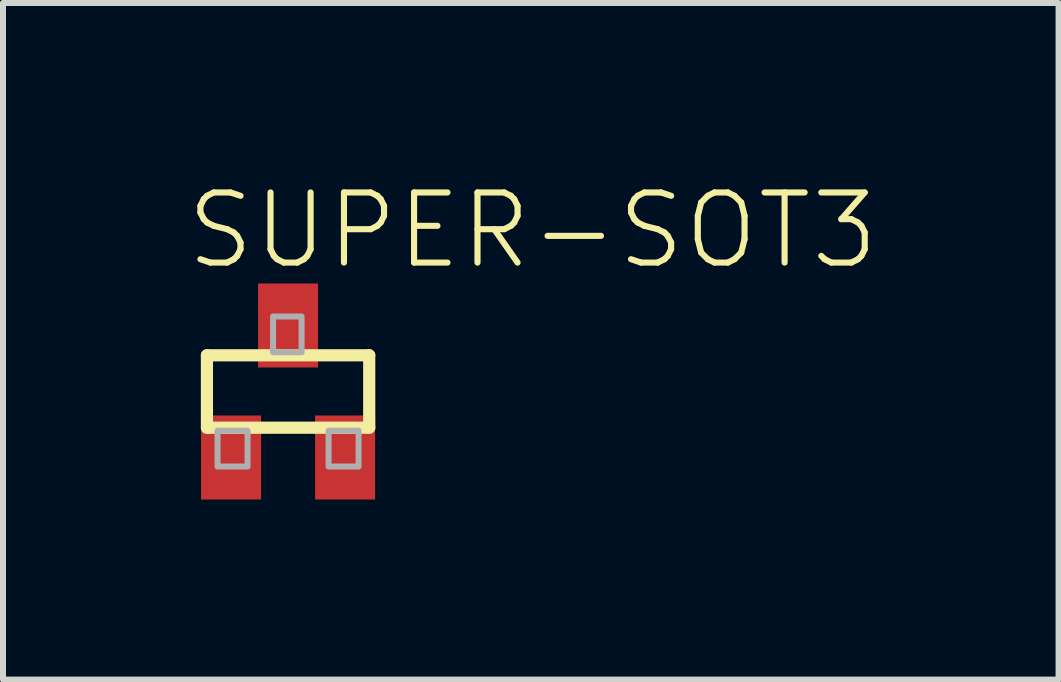
<source format=kicad_pcb>
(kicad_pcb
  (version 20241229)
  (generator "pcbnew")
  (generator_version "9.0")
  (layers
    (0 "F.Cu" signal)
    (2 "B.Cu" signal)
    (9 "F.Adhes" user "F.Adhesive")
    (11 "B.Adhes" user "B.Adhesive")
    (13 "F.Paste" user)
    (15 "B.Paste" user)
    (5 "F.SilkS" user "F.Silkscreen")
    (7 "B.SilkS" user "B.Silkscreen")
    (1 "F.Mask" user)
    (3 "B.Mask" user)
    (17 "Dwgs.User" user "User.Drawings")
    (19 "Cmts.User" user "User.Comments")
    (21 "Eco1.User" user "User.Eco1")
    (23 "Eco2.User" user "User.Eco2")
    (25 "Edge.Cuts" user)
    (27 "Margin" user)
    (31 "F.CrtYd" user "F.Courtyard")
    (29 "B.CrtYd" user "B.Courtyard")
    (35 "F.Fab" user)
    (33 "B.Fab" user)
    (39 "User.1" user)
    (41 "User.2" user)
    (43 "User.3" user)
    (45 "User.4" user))
  (footprint "SUPER-SOT3"
    (layer "F.Cu")
    (at 1.75 3.473)
    (property "Reference" "SUPER-SOT3" (at -1.75 -2 0) (layer "F.SilkS") (effects (font (size 1.168 1.168) (thickness 0.102)) (justify left bottom)))
    (fp_line (start -1.352 -0.603) (end 1.352 -0.603) (stroke (width 0.203) (type solid)) (layer "F.SilkS"))
    (fp_line (start -1.352 0.603) (end -1.352 -0.603) (stroke (width 0.203) (type solid)) (layer "F.SilkS"))
    (fp_line (start 1.352 -0.603) (end 1.352 0.603) (stroke (width 0.203) (type solid)) (layer "F.SilkS"))
    (fp_line (start 1.352 0.603) (end -1.352 0.603) (stroke (width 0.203) (type solid)) (layer "F.SilkS"))
    (fp_poly (pts (xy -1.175 1.25) (xy -0.675 1.25) (xy -0.675 0.653) (xy -1.175 0.653)) (stroke (width 0.1) (type solid)) (fill no) (layer "F.Fab"))
    (fp_poly (pts (xy 0.225 -1.25) (xy -0.25 -1.25) (xy -0.25 -0.653) (xy 0.225 -0.653)) (stroke (width 0.1) (type solid)) (fill no) (layer "F.Fab"))
    (fp_poly (pts (xy 0.675 1.25) (xy 1.175 1.25) (xy 1.175 0.653) (xy 0.675 0.653)) (stroke (width 0.1) (type solid)) (fill no) (layer "F.Fab"))
    (pad "1" smd rect (at -0.95 1.1) (size 1 1.4) (layers "F.Cu" "F.Mask" "F.Paste"))
    (pad "2" smd rect (at 0.95 1.1) (size 1 1.4) (layers "F.Cu" "F.Mask" "F.Paste"))
    (pad "3" smd rect (at 0 -1.1) (size 1 1.4) (layers "F.Cu" "F.Mask" "F.Paste")))
  (gr_rect
    (start -3 -3)
    (end 14.588 8.273)
    (stroke (width 0.1) (type default))
    (fill no)
    (layer "Edge.Cuts")))
</source>
